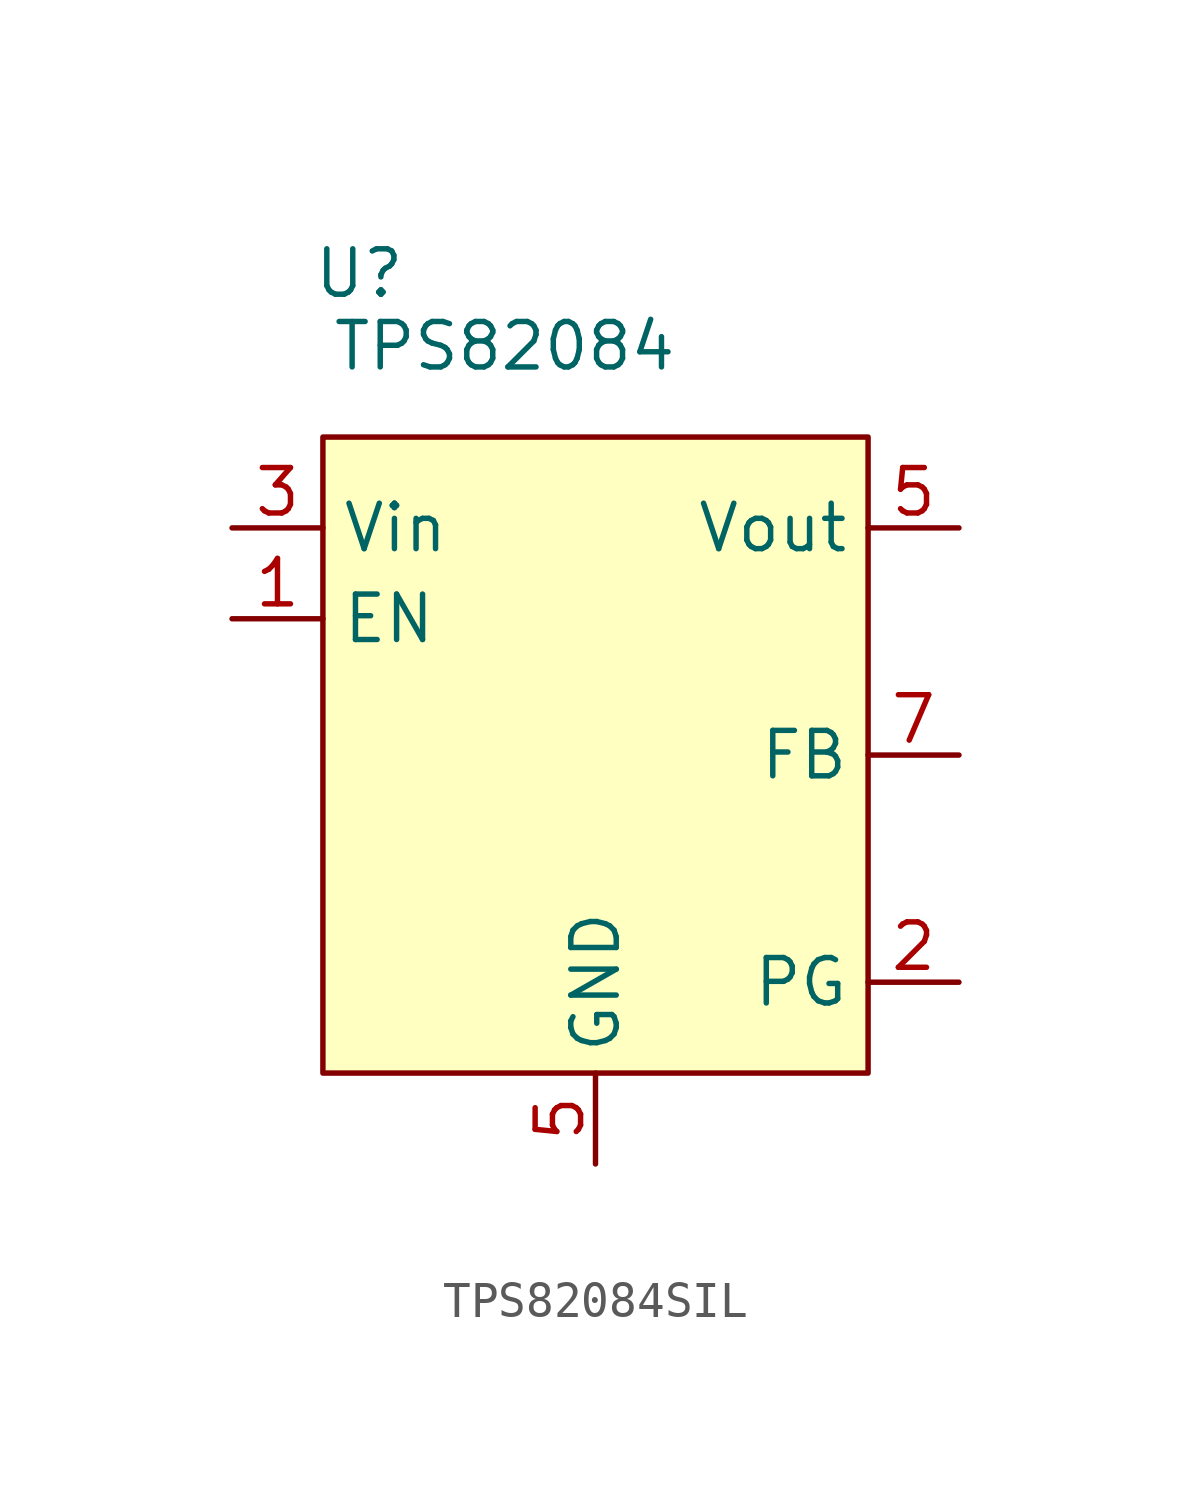
<source format=kicad_sym>
(kicad_symbol_lib
  (version 20231120)
  (generator "kicad_symbol_editor")
  (generator_version "8.0")
  (symbol "TPS82084SIL"
    (property "Reference" "U"
      (at -6.604 13.462 0)
      (effects (font (size 1.27 1.27))))
    (property "Value" "TPS82084"
      (at -2.54 11.43 0)
      (effects (font (size 1.27 1.27))))
    (symbol "TPS82084SIL_1_1"
      (rectangle (start -7.62 8.89) (end 7.62 -8.89) (stroke (width 0) (type default)) (fill (type background)))
      (pin power_in line (at -10.16 3.81 0) (length 2.54) (name "EN" (effects (font (size 1.27 1.27)))) (number "1" (effects (font (size 1.27 1.27)))))
      (pin bidirectional line (at 10.16 -6.35 180) (length 2.54) (name "PG" (effects (font (size 1.27 1.27)))) (number "2" (effects (font (size 1.27 1.27)))))
      (pin power_in line (at -10.16 6.35 0) (length 2.54) (name "Vin" (effects (font (size 1.27 1.27)))) (number "3" (effects (font (size 1.27 1.27)))))
      (pin power_in line (at -10.16 6.35 0) (length 2.54) hide (name "Vin" (effects (font (size 1.27 1.27)))) (number "4" (effects (font (size 1.27 1.27)))))
      (pin power_in line (at 0 -11.43 90) (length 2.54) (name "GND" (effects (font (size 1.27 1.27)))) (number "5" (effects (font (size 1.27 1.27)))))
      (pin power_out line (at 10.16 6.35 180) (length 2.54) (name "Vout" (effects (font (size 1.27 1.27)))) (number "5" (effects (font (size 1.27 1.27)))))
      (pin power_in line (at 0 -11.43 90) (length 2.54) hide (name "GND" (effects (font (size 1.27 1.27)))) (number "6" (effects (font (size 1.27 1.27)))))
      (pin bidirectional line (at 10.16 0 180) (length 2.54) (name "FB" (effects (font (size 1.27 1.27)))) (number "7" (effects (font (size 1.27 1.27)))))
      (pin power_in line (at 0 -11.43 90) (length 2.54) hide (name "GND" (effects (font (size 1.27 1.27)))) (number "EP" (effects (font (size 1.27 1.27))))))))
</source>
